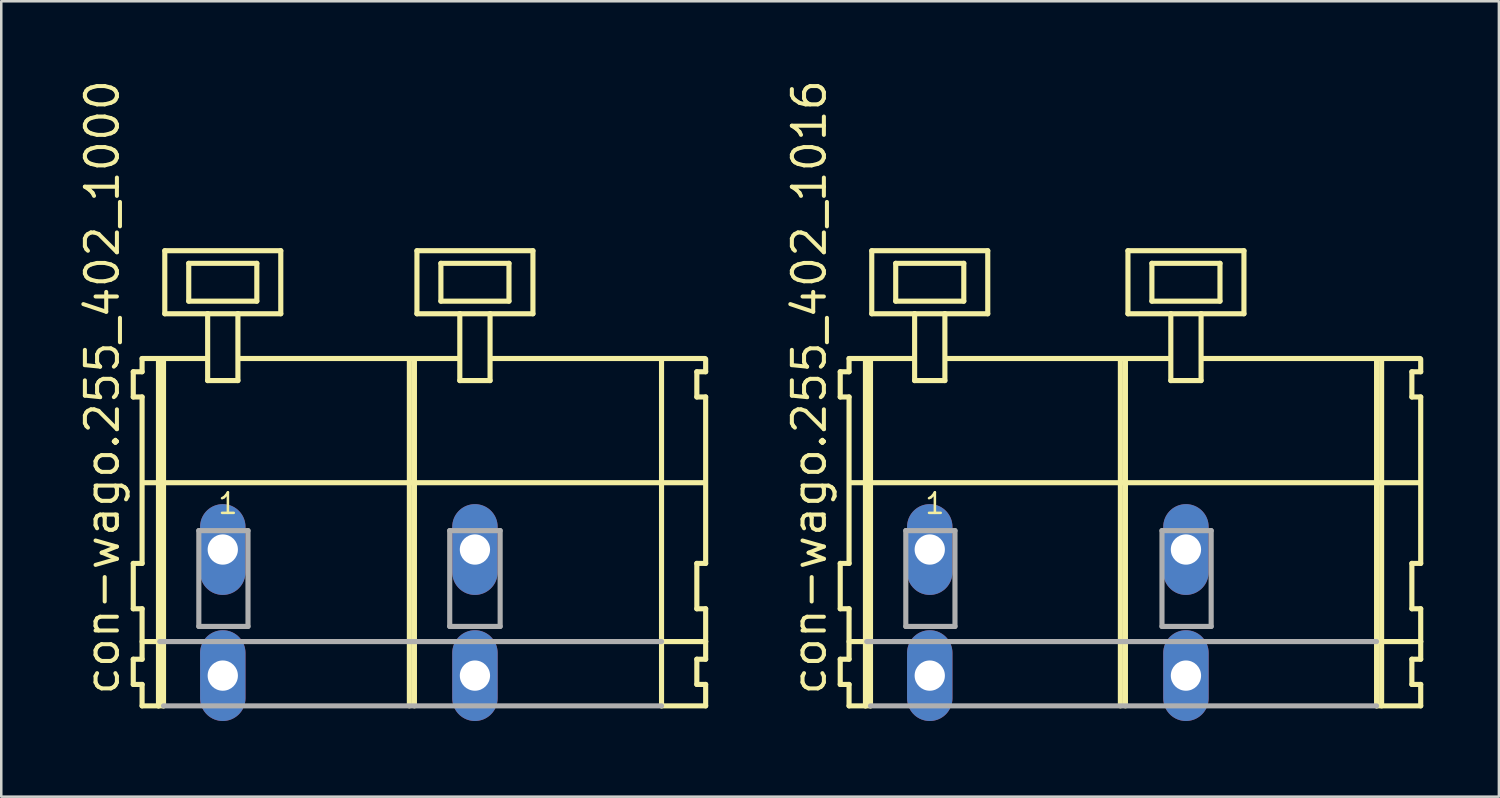
<source format=kicad_pcb>
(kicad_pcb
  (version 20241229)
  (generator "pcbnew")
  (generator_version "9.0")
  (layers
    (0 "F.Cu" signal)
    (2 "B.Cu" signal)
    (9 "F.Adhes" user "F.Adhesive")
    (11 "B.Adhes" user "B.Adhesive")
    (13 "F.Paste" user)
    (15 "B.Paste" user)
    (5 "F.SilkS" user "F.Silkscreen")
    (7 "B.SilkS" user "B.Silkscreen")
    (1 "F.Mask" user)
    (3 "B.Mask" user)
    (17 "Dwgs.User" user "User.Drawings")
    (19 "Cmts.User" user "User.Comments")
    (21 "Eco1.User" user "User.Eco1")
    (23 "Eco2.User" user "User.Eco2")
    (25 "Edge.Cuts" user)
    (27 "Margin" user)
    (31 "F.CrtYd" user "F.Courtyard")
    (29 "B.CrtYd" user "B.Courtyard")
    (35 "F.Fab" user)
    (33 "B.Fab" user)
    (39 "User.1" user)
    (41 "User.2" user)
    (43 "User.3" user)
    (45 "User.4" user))
  (footprint "con-wago.255_402_1016"
    (layer "F.Cu")
    (at 41.442 18.743)
    (property "Reference" "con-wago.255_402_1016" (at -11.655 5.855 90) (layer "F.SilkS") (effects (font (size 1.27 1.27) (thickness 0.16)) (justify left bottom)))
    (attr through_hole)
    (fp_line (start -11.17 -7.05) (end -11.17 -6.05) (stroke (width 0.203) (type default)) (layer "F.SilkS"))
    (fp_line (start -11.17 -6.05) (end -10.82 -6.05) (stroke (width 0.203) (type default)) (layer "F.SilkS"))
    (fp_line (start -11.17 0.55) (end -11.17 2.35) (stroke (width 0.203) (type default)) (layer "F.SilkS"))
    (fp_line (start -11.17 2.35) (end -10.82 2.35) (stroke (width 0.203) (type default)) (layer "F.SilkS"))
    (fp_line (start -11.17 4.35) (end -11.17 5.35) (stroke (width 0.203) (type default)) (layer "F.SilkS"))
    (fp_line (start -11.17 5.35) (end -10.82 5.35) (stroke (width 0.203) (type default)) (layer "F.SilkS"))
    (fp_line (start -10.82 -7.575) (end -10.82 -7.05) (stroke (width 0.203) (type default)) (layer "F.SilkS"))
    (fp_line (start -10.82 -7.575) (end -8.245 -7.575) (stroke (width 0.203) (type default)) (layer "F.SilkS"))
    (fp_line (start -10.82 -7.05) (end -11.17 -7.05) (stroke (width 0.203) (type default)) (layer "F.SilkS"))
    (fp_line (start -10.82 -6.05) (end -10.82 0.55) (stroke (width 0.203) (type default)) (layer "F.SilkS"))
    (fp_line (start -10.82 0.55) (end -11.17 0.55) (stroke (width 0.203) (type default)) (layer "F.SilkS"))
    (fp_line (start -10.82 2.35) (end -10.82 4.35) (stroke (width 0.203) (type default)) (layer "F.SilkS"))
    (fp_line (start -10.82 3.65) (end -10.12 3.65) (stroke (width 0.203) (type default)) (layer "F.SilkS"))
    (fp_line (start -10.82 4.35) (end -11.17 4.35) (stroke (width 0.203) (type default)) (layer "F.SilkS"))
    (fp_line (start -10.82 5.35) (end -10.82 6.2) (stroke (width 0.203) (type default)) (layer "F.SilkS"))
    (fp_line (start -10.82 6.2) (end -10.17 6.2) (stroke (width 0.203) (type default)) (layer "F.SilkS"))
    (fp_line (start -10.77 -2.65) (end 11.8 -2.65) (stroke (width 0.203) (type default)) (layer "F.SilkS"))
    (fp_line (start -10.17 -7.55) (end -10.17 6.2) (stroke (width 0.203) (type default)) (layer "F.SilkS"))
    (fp_line (start -10.17 6.2) (end -9.97 6.2) (stroke (width 0.203) (type default)) (layer "F.SilkS"))
    (fp_line (start -9.97 -7.55) (end -9.97 6.2) (stroke (width 0.203) (type default)) (layer "F.SilkS"))
    (fp_line (start -9.92 -11.85) (end -9.92 -9.35) (stroke (width 0.203) (type default)) (layer "F.SilkS"))
    (fp_line (start -9.92 -9.35) (end -8.22 -9.35) (stroke (width 0.203) (type default)) (layer "F.SilkS"))
    (fp_line (start -8.97 -11.35) (end -8.97 -9.85) (stroke (width 0.203) (type default)) (layer "F.SilkS"))
    (fp_line (start -8.97 -9.85) (end -6.27 -9.85) (stroke (width 0.203) (type default)) (layer "F.SilkS"))
    (fp_line (start -8.22 -9.35) (end -8.22 -6.7) (stroke (width 0.203) (type default)) (layer "F.SilkS"))
    (fp_line (start -8.22 -9.35) (end -7.02 -9.35) (stroke (width 0.203) (type default)) (layer "F.SilkS"))
    (fp_line (start -8.22 -6.7) (end -7.02 -6.7) (stroke (width 0.203) (type default)) (layer "F.SilkS"))
    (fp_line (start -7.02 -9.35) (end -5.32 -9.35) (stroke (width 0.203) (type default)) (layer "F.SilkS"))
    (fp_line (start -7.02 -6.7) (end -7.02 -9.35) (stroke (width 0.203) (type default)) (layer "F.SilkS"))
    (fp_line (start -6.995 -7.575) (end 1.919 -7.575) (stroke (width 0.203) (type default)) (layer "F.SilkS"))
    (fp_line (start -6.27 -11.35) (end -8.97 -11.35) (stroke (width 0.203) (type default)) (layer "F.SilkS"))
    (fp_line (start -6.27 -9.85) (end -6.27 -11.35) (stroke (width 0.203) (type default)) (layer "F.SilkS"))
    (fp_line (start -5.32 -11.85) (end -9.92 -11.85) (stroke (width 0.203) (type default)) (layer "F.SilkS"))
    (fp_line (start -5.32 -9.35) (end -5.32 -11.85) (stroke (width 0.203) (type default)) (layer "F.SilkS"))
    (fp_line (start -0.06 -7.55) (end -0.06 6.2) (stroke (width 0.203) (type default)) (layer "F.SilkS"))
    (fp_line (start 0.14 -7.55) (end 0.14 6.2) (stroke (width 0.203) (type default)) (layer "F.SilkS"))
    (fp_line (start 0.24 -11.85) (end 0.24 -9.35) (stroke (width 0.203) (type default)) (layer "F.SilkS"))
    (fp_line (start 0.24 -9.35) (end 1.94 -9.35) (stroke (width 0.203) (type default)) (layer "F.SilkS"))
    (fp_line (start 1.19 -11.35) (end 1.19 -9.85) (stroke (width 0.203) (type default)) (layer "F.SilkS"))
    (fp_line (start 1.19 -9.85) (end 3.89 -9.85) (stroke (width 0.203) (type default)) (layer "F.SilkS"))
    (fp_line (start 1.94 -9.35) (end 1.94 -6.7) (stroke (width 0.203) (type default)) (layer "F.SilkS"))
    (fp_line (start 1.94 -9.35) (end 3.14 -9.35) (stroke (width 0.203) (type default)) (layer "F.SilkS"))
    (fp_line (start 1.94 -6.7) (end 3.14 -6.7) (stroke (width 0.203) (type default)) (layer "F.SilkS"))
    (fp_line (start 3.14 -9.35) (end 4.84 -9.35) (stroke (width 0.203) (type default)) (layer "F.SilkS"))
    (fp_line (start 3.14 -6.7) (end 3.14 -9.35) (stroke (width 0.203) (type default)) (layer "F.SilkS"))
    (fp_line (start 3.165 -7.575) (end 11.825 -7.575) (stroke (width 0.203) (type default)) (layer "F.SilkS"))
    (fp_line (start 3.89 -11.35) (end 1.19 -11.35) (stroke (width 0.203) (type default)) (layer "F.SilkS"))
    (fp_line (start 3.89 -9.85) (end 3.89 -11.35) (stroke (width 0.203) (type default)) (layer "F.SilkS"))
    (fp_line (start 4.84 -11.85) (end 0.24 -11.85) (stroke (width 0.203) (type default)) (layer "F.SilkS"))
    (fp_line (start 4.84 -9.35) (end 4.84 -11.85) (stroke (width 0.203) (type default)) (layer "F.SilkS"))
    (fp_line (start 10.1 -7.55) (end 10.1 6.2) (stroke (width 0.203) (type default)) (layer "F.SilkS"))
    (fp_line (start 10.1 6.2) (end 11.85 6.2) (stroke (width 0.203) (type default)) (layer "F.SilkS"))
    (fp_line (start 10.15 3.65) (end 11.85 3.65) (stroke (width 0.203) (type default)) (layer "F.SilkS"))
    (fp_line (start 10.3 -7.55) (end 10.3 6.2) (stroke (width 0.203) (type default)) (layer "F.SilkS"))
    (fp_line (start 11.5 -7.05) (end 11.5 -6.05) (stroke (width 0.203) (type default)) (layer "F.SilkS"))
    (fp_line (start 11.5 -6.05) (end 11.85 -6.05) (stroke (width 0.203) (type default)) (layer "F.SilkS"))
    (fp_line (start 11.5 0.55) (end 11.5 2.35) (stroke (width 0.203) (type default)) (layer "F.SilkS"))
    (fp_line (start 11.5 2.35) (end 11.85 2.35) (stroke (width 0.203) (type default)) (layer "F.SilkS"))
    (fp_line (start 11.5 4.35) (end 11.5 5.35) (stroke (width 0.203) (type default)) (layer "F.SilkS"))
    (fp_line (start 11.5 5.35) (end 11.85 5.35) (stroke (width 0.203) (type default)) (layer "F.SilkS"))
    (fp_line (start 11.85 -7.05) (end 11.5 -7.05) (stroke (width 0.203) (type default)) (layer "F.SilkS"))
    (fp_line (start 11.85 -7.05) (end 11.85 -7.55) (stroke (width 0.203) (type default)) (layer "F.SilkS"))
    (fp_line (start 11.85 0.55) (end 11.5 0.55) (stroke (width 0.203) (type default)) (layer "F.SilkS"))
    (fp_line (start 11.85 0.55) (end 11.85 -6.05) (stroke (width 0.203) (type default)) (layer "F.SilkS"))
    (fp_line (start 11.85 3.65) (end 11.85 2.35) (stroke (width 0.203) (type default)) (layer "F.SilkS"))
    (fp_line (start 11.85 4.35) (end 11.5 4.35) (stroke (width 0.203) (type default)) (layer "F.SilkS"))
    (fp_line (start 11.85 4.35) (end 11.85 3.65) (stroke (width 0.203) (type default)) (layer "F.SilkS"))
    (fp_line (start 11.85 6.2) (end 11.85 5.35) (stroke (width 0.203) (type default)) (layer "F.SilkS"))
    (fp_line (start -10.12 3.65) (end 10.1 3.65) (stroke (width 0.203) (type default)) (layer "F.Fab"))
    (fp_line (start -9.97 6.2) (end 10.1 6.2) (stroke (width 0.203) (type default)) (layer "F.Fab"))
    (fp_line (start -8.57 -0.75) (end -8.57 3.05) (stroke (width 0.203) (type default)) (layer "F.Fab"))
    (fp_line (start -8.57 3.05) (end -6.62 3.05) (stroke (width 0.203) (type default)) (layer "F.Fab"))
    (fp_line (start -6.62 -0.75) (end -8.57 -0.75) (stroke (width 0.203) (type default)) (layer "F.Fab"))
    (fp_line (start -6.62 3.05) (end -6.62 -0.75) (stroke (width 0.203) (type default)) (layer "F.Fab"))
    (fp_line (start 1.59 -0.75) (end 1.59 3.05) (stroke (width 0.203) (type default)) (layer "F.Fab"))
    (fp_line (start 1.59 3.05) (end 3.54 3.05) (stroke (width 0.203) (type default)) (layer "F.Fab"))
    (fp_line (start 3.54 -0.75) (end 1.59 -0.75) (stroke (width 0.203) (type default)) (layer "F.Fab"))
    (fp_line (start 3.54 3.05) (end 3.54 -0.75) (stroke (width 0.203) (type default)) (layer "F.Fab"))
    (fp_text user "1" (at -7.87 -1.35 0) (layer "F.SilkS") (effects (font (size 0.813 0.813) (thickness 0.1)) (justify left bottom)))
    (pad "A1" thru_hole oval (at -7.62 0 90) (size 3.6 1.8) (drill 1.2) (layers "*.Cu" "*.Mask"))
    (pad "A2" thru_hole oval (at 2.54 0 90) (size 3.6 1.8) (drill 1.2) (layers "*.Cu" "*.Mask"))
    (pad "B1" thru_hole oval (at -7.62 5 90) (size 3.6 1.8) (drill 1.2) (layers "*.Cu" "*.Mask"))
    (pad "B2" thru_hole oval (at 2.54 5 90) (size 3.6 1.8) (drill 1.2) (layers "*.Cu" "*.Mask")))
  (footprint "con-wago.255_402_1000"
    (layer "F.Cu")
    (at 13.285 18.743)
    (property "Reference" "con-wago.255_402_1000" (at -11.535 5.855 90) (layer "F.SilkS") (effects (font (size 1.27 1.27) (thickness 0.16)) (justify left bottom)))
    (attr through_hole)
    (fp_line (start -11.05 -7.05) (end -11.05 -6.05) (stroke (width 0.203) (type default)) (layer "F.SilkS"))
    (fp_line (start -11.05 -6.05) (end -10.7 -6.05) (stroke (width 0.203) (type default)) (layer "F.SilkS"))
    (fp_line (start -11.05 0.55) (end -11.05 2.35) (stroke (width 0.203) (type default)) (layer "F.SilkS"))
    (fp_line (start -11.05 2.35) (end -10.7 2.35) (stroke (width 0.203) (type default)) (layer "F.SilkS"))
    (fp_line (start -11.05 4.35) (end -11.05 5.35) (stroke (width 0.203) (type default)) (layer "F.SilkS"))
    (fp_line (start -11.05 5.35) (end -10.7 5.35) (stroke (width 0.203) (type default)) (layer "F.SilkS"))
    (fp_line (start -10.7 -7.575) (end -10.7 -7.05) (stroke (width 0.203) (type default)) (layer "F.SilkS"))
    (fp_line (start -10.7 -7.575) (end -8.125 -7.575) (stroke (width 0.203) (type default)) (layer "F.SilkS"))
    (fp_line (start -10.7 -7.05) (end -11.05 -7.05) (stroke (width 0.203) (type default)) (layer "F.SilkS"))
    (fp_line (start -10.7 -6.05) (end -10.7 0.55) (stroke (width 0.203) (type default)) (layer "F.SilkS"))
    (fp_line (start -10.7 0.55) (end -11.05 0.55) (stroke (width 0.203) (type default)) (layer "F.SilkS"))
    (fp_line (start -10.7 2.35) (end -10.7 4.35) (stroke (width 0.203) (type default)) (layer "F.SilkS"))
    (fp_line (start -10.7 3.65) (end -10 3.65) (stroke (width 0.203) (type default)) (layer "F.SilkS"))
    (fp_line (start -10.7 4.35) (end -11.05 4.35) (stroke (width 0.203) (type default)) (layer "F.SilkS"))
    (fp_line (start -10.7 5.35) (end -10.7 6.2) (stroke (width 0.203) (type default)) (layer "F.SilkS"))
    (fp_line (start -10.7 6.2) (end -10.05 6.2) (stroke (width 0.203) (type default)) (layer "F.SilkS"))
    (fp_line (start -10.65 -2.65) (end 11.6 -2.65) (stroke (width 0.203) (type default)) (layer "F.SilkS"))
    (fp_line (start -10.05 -7.55) (end -10.05 6.2) (stroke (width 0.203) (type default)) (layer "F.SilkS"))
    (fp_line (start -10.05 6.2) (end -9.85 6.2) (stroke (width 0.203) (type default)) (layer "F.SilkS"))
    (fp_line (start -9.85 -7.55) (end -9.85 6.2) (stroke (width 0.203) (type default)) (layer "F.SilkS"))
    (fp_line (start -9.8 -11.85) (end -9.8 -9.35) (stroke (width 0.203) (type default)) (layer "F.SilkS"))
    (fp_line (start -9.8 -9.35) (end -8.1 -9.35) (stroke (width 0.203) (type default)) (layer "F.SilkS"))
    (fp_line (start -8.85 -11.35) (end -8.85 -9.85) (stroke (width 0.203) (type default)) (layer "F.SilkS"))
    (fp_line (start -8.85 -9.85) (end -6.15 -9.85) (stroke (width 0.203) (type default)) (layer "F.SilkS"))
    (fp_line (start -8.1 -9.35) (end -8.1 -6.7) (stroke (width 0.203) (type default)) (layer "F.SilkS"))
    (fp_line (start -8.1 -9.35) (end -6.9 -9.35) (stroke (width 0.203) (type default)) (layer "F.SilkS"))
    (fp_line (start -8.1 -6.7) (end -6.9 -6.7) (stroke (width 0.203) (type default)) (layer "F.SilkS"))
    (fp_line (start -6.9 -9.35) (end -5.2 -9.35) (stroke (width 0.203) (type default)) (layer "F.SilkS"))
    (fp_line (start -6.9 -6.7) (end -6.9 -9.35) (stroke (width 0.203) (type default)) (layer "F.SilkS"))
    (fp_line (start -6.825 -7.575) (end 1.875 -7.575) (stroke (width 0.203) (type default)) (layer "F.SilkS"))
    (fp_line (start -6.15 -11.35) (end -8.85 -11.35) (stroke (width 0.203) (type default)) (layer "F.SilkS"))
    (fp_line (start -6.15 -9.85) (end -6.15 -11.35) (stroke (width 0.203) (type default)) (layer "F.SilkS"))
    (fp_line (start -5.2 -11.85) (end -9.8 -11.85) (stroke (width 0.203) (type default)) (layer "F.SilkS"))
    (fp_line (start -5.2 -9.35) (end -5.2 -11.85) (stroke (width 0.203) (type default)) (layer "F.SilkS"))
    (fp_line (start -0.1 -7.55) (end -0.1 6.2) (stroke (width 0.203) (type default)) (layer "F.SilkS"))
    (fp_line (start 0.1 -7.55) (end 0.1 6.2) (stroke (width 0.203) (type default)) (layer "F.SilkS"))
    (fp_line (start 0.2 -11.85) (end 0.2 -9.35) (stroke (width 0.203) (type default)) (layer "F.SilkS"))
    (fp_line (start 0.2 -9.35) (end 1.9 -9.35) (stroke (width 0.203) (type default)) (layer "F.SilkS"))
    (fp_line (start 1.15 -11.35) (end 1.15 -9.85) (stroke (width 0.203) (type default)) (layer "F.SilkS"))
    (fp_line (start 1.15 -9.85) (end 3.85 -9.85) (stroke (width 0.203) (type default)) (layer "F.SilkS"))
    (fp_line (start 1.9 -9.35) (end 1.9 -6.7) (stroke (width 0.203) (type default)) (layer "F.SilkS"))
    (fp_line (start 1.9 -9.35) (end 3.1 -9.35) (stroke (width 0.203) (type default)) (layer "F.SilkS"))
    (fp_line (start 1.9 -6.7) (end 3.1 -6.7) (stroke (width 0.203) (type default)) (layer "F.SilkS"))
    (fp_line (start 3.1 -9.35) (end 4.8 -9.35) (stroke (width 0.203) (type default)) (layer "F.SilkS"))
    (fp_line (start 3.1 -6.7) (end 3.1 -9.35) (stroke (width 0.203) (type default)) (layer "F.SilkS"))
    (fp_line (start 3.125 -7.575) (end 11.625 -7.575) (stroke (width 0.203) (type default)) (layer "F.SilkS"))
    (fp_line (start 3.85 -11.35) (end 1.15 -11.35) (stroke (width 0.203) (type default)) (layer "F.SilkS"))
    (fp_line (start 3.85 -9.85) (end 3.85 -11.35) (stroke (width 0.203) (type default)) (layer "F.SilkS"))
    (fp_line (start 4.8 -11.85) (end 0.2 -11.85) (stroke (width 0.203) (type default)) (layer "F.SilkS"))
    (fp_line (start 4.8 -9.35) (end 4.8 -11.85) (stroke (width 0.203) (type default)) (layer "F.SilkS"))
    (fp_line (start 9.9 -7.55) (end 9.9 6.2) (stroke (width 0.203) (type default)) (layer "F.SilkS"))
    (fp_line (start 9.9 6.2) (end 11.65 6.2) (stroke (width 0.203) (type default)) (layer "F.SilkS"))
    (fp_line (start 9.95 3.65) (end 11.65 3.65) (stroke (width 0.203) (type default)) (layer "F.SilkS"))
    (fp_line (start 11.3 -7.05) (end 11.3 -6.05) (stroke (width 0.203) (type default)) (layer "F.SilkS"))
    (fp_line (start 11.3 -6.05) (end 11.65 -6.05) (stroke (width 0.203) (type default)) (layer "F.SilkS"))
    (fp_line (start 11.3 0.55) (end 11.3 2.35) (stroke (width 0.203) (type default)) (layer "F.SilkS"))
    (fp_line (start 11.3 2.35) (end 11.65 2.35) (stroke (width 0.203) (type default)) (layer "F.SilkS"))
    (fp_line (start 11.3 4.35) (end 11.3 5.35) (stroke (width 0.203) (type default)) (layer "F.SilkS"))
    (fp_line (start 11.3 5.35) (end 11.65 5.35) (stroke (width 0.203) (type default)) (layer "F.SilkS"))
    (fp_line (start 11.65 -7.05) (end 11.3 -7.05) (stroke (width 0.203) (type default)) (layer "F.SilkS"))
    (fp_line (start 11.65 -7.05) (end 11.65 -7.55) (stroke (width 0.203) (type default)) (layer "F.SilkS"))
    (fp_line (start 11.65 0.55) (end 11.3 0.55) (stroke (width 0.203) (type default)) (layer "F.SilkS"))
    (fp_line (start 11.65 0.55) (end 11.65 -6.05) (stroke (width 0.203) (type default)) (layer "F.SilkS"))
    (fp_line (start 11.65 3.65) (end 11.65 2.35) (stroke (width 0.203) (type default)) (layer "F.SilkS"))
    (fp_line (start 11.65 4.35) (end 11.3 4.35) (stroke (width 0.203) (type default)) (layer "F.SilkS"))
    (fp_line (start 11.65 4.35) (end 11.65 3.65) (stroke (width 0.203) (type default)) (layer "F.SilkS"))
    (fp_line (start 11.65 6.2) (end 11.65 5.35) (stroke (width 0.203) (type default)) (layer "F.SilkS"))
    (fp_line (start -10 3.65) (end 9.9 3.65) (stroke (width 0.203) (type default)) (layer "F.Fab"))
    (fp_line (start -9.85 6.2) (end 9.9 6.2) (stroke (width 0.203) (type default)) (layer "F.Fab"))
    (fp_line (start -8.45 -0.75) (end -8.45 3.05) (stroke (width 0.203) (type default)) (layer "F.Fab"))
    (fp_line (start -8.45 3.05) (end -6.5 3.05) (stroke (width 0.203) (type default)) (layer "F.Fab"))
    (fp_line (start -6.5 -0.75) (end -8.45 -0.75) (stroke (width 0.203) (type default)) (layer "F.Fab"))
    (fp_line (start -6.5 3.05) (end -6.5 -0.75) (stroke (width 0.203) (type default)) (layer "F.Fab"))
    (fp_line (start 1.5 -0.75) (end 1.5 3.05) (stroke (width 0.203) (type default)) (layer "F.Fab"))
    (fp_line (start 1.5 3.05) (end 3.5 3.05) (stroke (width 0.203) (type default)) (layer "F.Fab"))
    (fp_line (start 3.5 -0.75) (end 1.5 -0.75) (stroke (width 0.203) (type default)) (layer "F.Fab"))
    (fp_line (start 3.5 3.05) (end 3.5 -0.75) (stroke (width 0.203) (type default)) (layer "F.Fab"))
    (fp_text user "1" (at -7.75 -1.35 0) (layer "F.SilkS") (effects (font (size 0.813 0.813) (thickness 0.1)) (justify left bottom)))
    (pad "A1" thru_hole oval (at -7.5 0 90) (size 3.6 1.8) (drill 1.2) (layers "*.Cu" "*.Mask"))
    (pad "A2" thru_hole oval (at 2.5 0 90) (size 3.6 1.8) (drill 1.2) (layers "*.Cu" "*.Mask"))
    (pad "B1" thru_hole oval (at -7.5 5 90) (size 3.6 1.8) (drill 1.2) (layers "*.Cu" "*.Mask"))
    (pad "B2" thru_hole oval (at 2.5 5 90) (size 3.6 1.8) (drill 1.2) (layers "*.Cu" "*.Mask")))
  (gr_rect
    (start -3 -3)
    (end 56.393 28.543)
    (stroke (width 0.1) (type default))
    (fill no)
    (layer "Edge.Cuts")))
</source>
